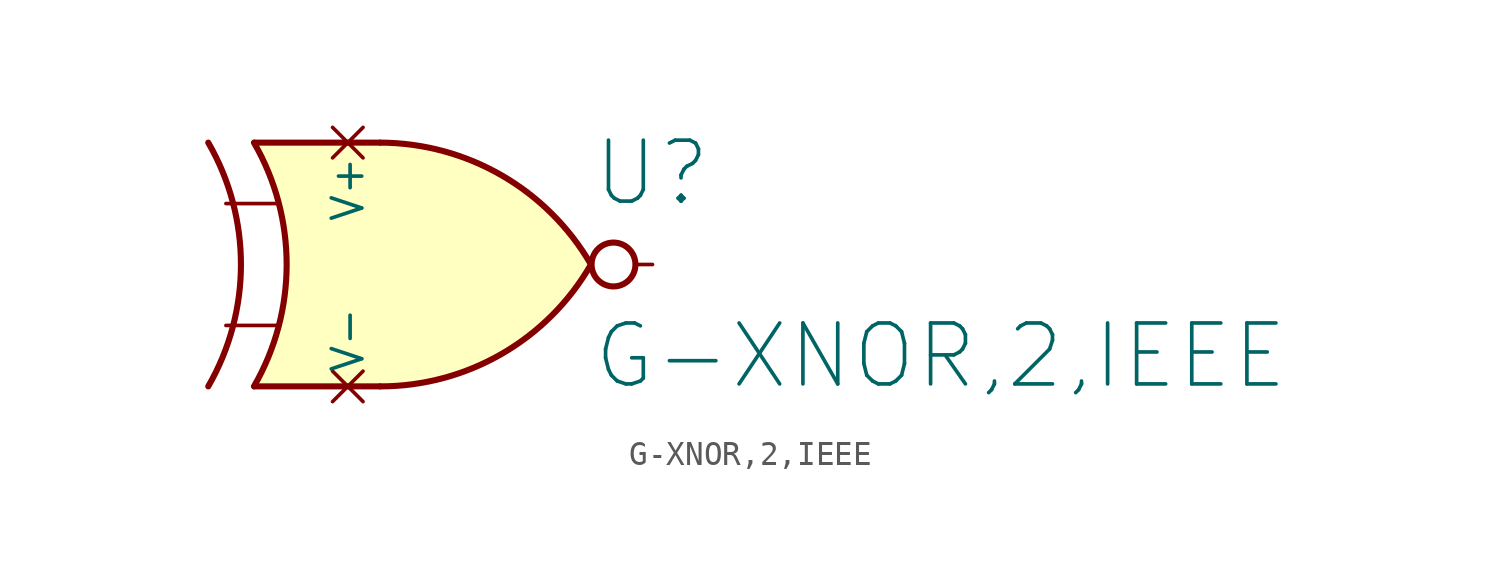
<source format=kicad_sym>
(kicad_symbol_lib
  (version 20211014)
  (generator kicad_symbol_editor)
  (symbol "G-XNOR,2,IEEE"
    (pin_numbers hide)
    (property "Reference" "U"
      (at 7.62 3.81 0)
      (effects (font (size 2.54 2.54)) (justify left)))
    (property "Value" "G-XNOR,2,IEEE"
      (at 7.62 -3.81 0)
      (effects (font (size 2.54 2.54)) (justify left)))
    (symbol "G-XNOR,2,IEEE_1_1"
      (arc (start -8.3566 -5.08) (mid -6.994 0) (end -8.3566 5.08) (stroke (width 0.254) (type default) (color 0 0 0 0)) (fill (type none)))
      (arc (start -6.4516 -5.08) (mid -5.089 0) (end -6.4516 5.08) (stroke (width 0.254) (type default) (color 0 0 0 0)) (fill (type none)))
      (arc (start -1.1938 -5.08) (mid 3.8839 -3.7201) (end 7.5946 0) (stroke (width 0.254) (type default) (color 0 0 0 0)) (fill (type background)))
      (polyline (pts (xy -6.426 5.08) (xy -1.194 5.08)) (stroke (width 0.254) (type default) (color 0 0 0 0)) (fill (type none)))
      (polyline (pts (xy -1.194 -5.08) (xy -6.426 -5.08)) (stroke (width 0.254) (type default) (color 0 0 0 0)) (fill (type none)))
      (polyline (pts (xy -1.168 -5.08) (xy -6.426 -5.08) (xy -5.994 -4.216) (xy -5.613 -3.302) (xy -5.359 -2.388) (xy -5.182 -1.448) (xy -5.08 -0.483) (xy -5.08 0.483) (xy -5.182 1.448) (xy -5.359 2.388) (xy -5.639 3.302) (xy -5.994 4.216) (xy -6.426 5.08) (xy -1.168 5.08)) (stroke (width -0.025) (type default) (color 0 0 0 0)) (fill (type background)))
      (arc (start 7.5946 0) (mid 3.8794 3.7123) (end -1.1938 5.08) (stroke (width 0.254) (type default) (color 0 0 0 0)) (fill (type background)))
      (circle (center 8.534 0) (radius 0.914) (stroke (width 0.254) (type default) (color 0 0 0 0)) (fill (type none)))
      (pin input line (at -7.62 2.54 0) (length 2.159) (name "A" (effects (font (size 0 0)))) (number "1" (effects (font (size 1.829 1.829)))))
      (pin input line (at -7.62 -2.54 0) (length 2.159) (name "B" (effects (font (size 0 0)))) (number "2" (effects (font (size 1.829 1.829)))))
      (pin output line (at 10.16 0 180) (length 0.711) (name "Y" (effects (font (size 0 0)))) (number "3" (effects (font (size 1.829 1.829)))))
      (pin power_in non_logic (at -2.54 5.08 270) (length 0) (name "V+" (effects (font (size 1.27 1.27)))) (number "4" (effects (font (size 0.914 0.914)))))
      (pin power_in non_logic (at -2.54 -5.08 90) (length 0) (name "V-" (effects (font (size 1.27 1.27)))) (number "5" (effects (font (size 0.914 0.914))))))))
</source>
